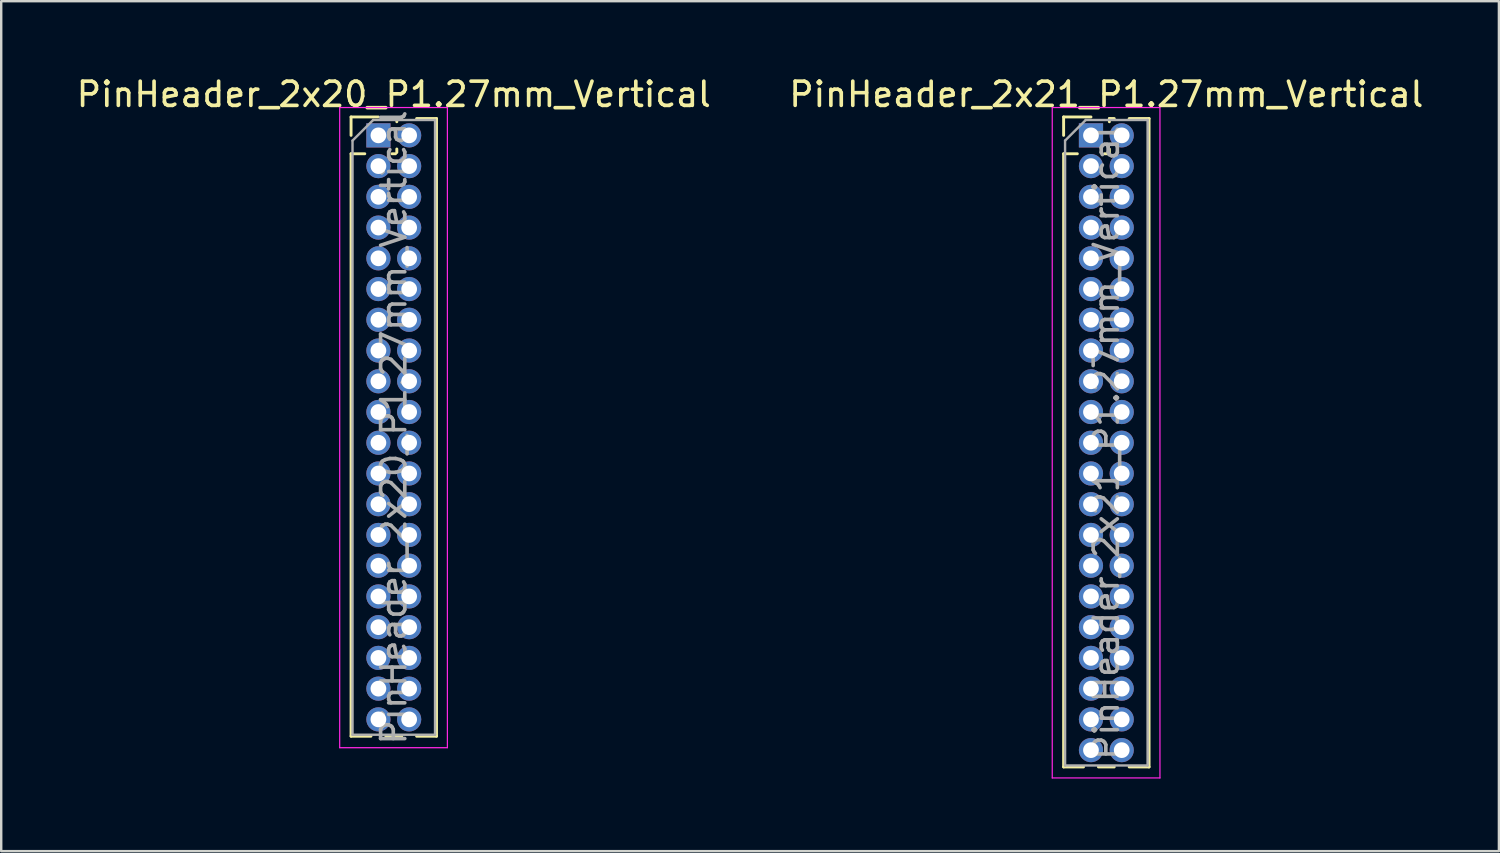
<source format=kicad_pcb>
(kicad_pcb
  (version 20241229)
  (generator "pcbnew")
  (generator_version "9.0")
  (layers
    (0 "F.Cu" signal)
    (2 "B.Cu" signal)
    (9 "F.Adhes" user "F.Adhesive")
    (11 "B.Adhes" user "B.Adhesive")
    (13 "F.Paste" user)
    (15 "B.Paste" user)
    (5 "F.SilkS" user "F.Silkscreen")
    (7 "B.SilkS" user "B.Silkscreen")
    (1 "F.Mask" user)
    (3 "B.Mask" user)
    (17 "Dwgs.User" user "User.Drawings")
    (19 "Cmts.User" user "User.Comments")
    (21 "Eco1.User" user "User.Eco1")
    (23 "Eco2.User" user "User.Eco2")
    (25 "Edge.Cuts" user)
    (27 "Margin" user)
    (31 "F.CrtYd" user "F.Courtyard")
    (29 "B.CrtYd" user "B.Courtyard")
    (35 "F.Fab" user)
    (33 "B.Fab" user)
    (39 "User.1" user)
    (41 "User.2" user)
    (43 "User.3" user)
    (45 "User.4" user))
  (footprint "PinHeader_2x21_P1.27mm_Vertical"
    (layer "F.Cu")
    (at 42.026 2.543)
    (property "Reference" "PinHeader_2x21_P1.27mm_Vertical" (at 0.635 -1.695 0) (layer "F.SilkS") (effects (font (size 1 1) (thickness 0.15))))
    (attr through_hole)
    (fp_line (start -1.13 -0.76) (end 0 -0.76) (stroke (width 0.12) (type solid)) (layer "F.SilkS"))
    (fp_line (start -1.13 0) (end -1.13 -0.76) (stroke (width 0.12) (type solid)) (layer "F.SilkS"))
    (fp_line (start -1.13 0.76) (end -1.13 26.095) (stroke (width 0.12) (type solid)) (layer "F.SilkS"))
    (fp_line (start -1.13 0.76) (end -0.563 0.76) (stroke (width 0.12) (type solid)) (layer "F.SilkS"))
    (fp_line (start -1.13 26.095) (end -0.308 26.095) (stroke (width 0.12) (type solid)) (layer "F.SilkS"))
    (fp_line (start 0.308 26.095) (end 0.962 26.095) (stroke (width 0.12) (type solid)) (layer "F.SilkS"))
    (fp_line (start 0.563 0.76) (end 0.707 0.76) (stroke (width 0.12) (type solid)) (layer "F.SilkS"))
    (fp_line (start 0.76 -0.695) (end 0.962 -0.695) (stroke (width 0.12) (type solid)) (layer "F.SilkS"))
    (fp_line (start 0.76 -0.563) (end 0.76 -0.695) (stroke (width 0.12) (type solid)) (layer "F.SilkS"))
    (fp_line (start 0.76 0.707) (end 0.76 0.563) (stroke (width 0.12) (type solid)) (layer "F.SilkS"))
    (fp_line (start 1.578 -0.695) (end 2.4 -0.695) (stroke (width 0.12) (type solid)) (layer "F.SilkS"))
    (fp_line (start 1.578 26.095) (end 2.4 26.095) (stroke (width 0.12) (type solid)) (layer "F.SilkS"))
    (fp_line (start 2.4 -0.695) (end 2.4 26.095) (stroke (width 0.12) (type solid)) (layer "F.SilkS"))
    (fp_line (start -1.6 -1.15) (end -1.6 26.55) (stroke (width 0.05) (type solid)) (layer "F.CrtYd"))
    (fp_line (start -1.6 26.55) (end 2.85 26.55) (stroke (width 0.05) (type solid)) (layer "F.CrtYd"))
    (fp_line (start 2.85 -1.15) (end -1.6 -1.15) (stroke (width 0.05) (type solid)) (layer "F.CrtYd"))
    (fp_line (start 2.85 26.55) (end 2.85 -1.15) (stroke (width 0.05) (type solid)) (layer "F.CrtYd"))
    (fp_line (start -1.07 0.217) (end -0.217 -0.635) (stroke (width 0.1) (type solid)) (layer "F.Fab"))
    (fp_line (start -1.07 26.035) (end -1.07 0.217) (stroke (width 0.1) (type solid)) (layer "F.Fab"))
    (fp_line (start -0.217 -0.635) (end 2.34 -0.635) (stroke (width 0.1) (type solid)) (layer "F.Fab"))
    (fp_line (start 2.34 -0.635) (end 2.34 26.035) (stroke (width 0.1) (type solid)) (layer "F.Fab"))
    (fp_line (start 2.34 26.035) (end -1.07 26.035) (stroke (width 0.1) (type solid)) (layer "F.Fab"))
    (fp_text user "${REFERENCE}" (at 0.635 12.7 90) (layer "F.Fab") (effects (font (size 1 1) (thickness 0.15))))
    (pad "1" thru_hole rect (at 0 0) (size 1 1) (drill 0.65) (layers "*.Cu" "*.Mask"))
    (pad "2" thru_hole oval (at 1.27 0) (size 1 1) (drill 0.65) (layers "*.Cu" "*.Mask"))
    (pad "3" thru_hole oval (at 0 1.27) (size 1 1) (drill 0.65) (layers "*.Cu" "*.Mask"))
    (pad "4" thru_hole oval (at 1.27 1.27) (size 1 1) (drill 0.65) (layers "*.Cu" "*.Mask"))
    (pad "5" thru_hole oval (at 0 2.54) (size 1 1) (drill 0.65) (layers "*.Cu" "*.Mask"))
    (pad "6" thru_hole oval (at 1.27 2.54) (size 1 1) (drill 0.65) (layers "*.Cu" "*.Mask"))
    (pad "7" thru_hole oval (at 0 3.81) (size 1 1) (drill 0.65) (layers "*.Cu" "*.Mask"))
    (pad "8" thru_hole oval (at 1.27 3.81) (size 1 1) (drill 0.65) (layers "*.Cu" "*.Mask"))
    (pad "9" thru_hole oval (at 0 5.08) (size 1 1) (drill 0.65) (layers "*.Cu" "*.Mask"))
    (pad "10" thru_hole oval (at 1.27 5.08) (size 1 1) (drill 0.65) (layers "*.Cu" "*.Mask"))
    (pad "11" thru_hole oval (at 0 6.35) (size 1 1) (drill 0.65) (layers "*.Cu" "*.Mask"))
    (pad "12" thru_hole oval (at 1.27 6.35) (size 1 1) (drill 0.65) (layers "*.Cu" "*.Mask"))
    (pad "13" thru_hole oval (at 0 7.62) (size 1 1) (drill 0.65) (layers "*.Cu" "*.Mask"))
    (pad "14" thru_hole oval (at 1.27 7.62) (size 1 1) (drill 0.65) (layers "*.Cu" "*.Mask"))
    (pad "15" thru_hole oval (at 0 8.89) (size 1 1) (drill 0.65) (layers "*.Cu" "*.Mask"))
    (pad "16" thru_hole oval (at 1.27 8.89) (size 1 1) (drill 0.65) (layers "*.Cu" "*.Mask"))
    (pad "17" thru_hole oval (at 0 10.16) (size 1 1) (drill 0.65) (layers "*.Cu" "*.Mask"))
    (pad "18" thru_hole oval (at 1.27 10.16) (size 1 1) (drill 0.65) (layers "*.Cu" "*.Mask"))
    (pad "19" thru_hole oval (at 0 11.43) (size 1 1) (drill 0.65) (layers "*.Cu" "*.Mask"))
    (pad "20" thru_hole oval (at 1.27 11.43) (size 1 1) (drill 0.65) (layers "*.Cu" "*.Mask"))
    (pad "21" thru_hole oval (at 0 12.7) (size 1 1) (drill 0.65) (layers "*.Cu" "*.Mask"))
    (pad "22" thru_hole oval (at 1.27 12.7) (size 1 1) (drill 0.65) (layers "*.Cu" "*.Mask"))
    (pad "23" thru_hole oval (at 0 13.97) (size 1 1) (drill 0.65) (layers "*.Cu" "*.Mask"))
    (pad "24" thru_hole oval (at 1.27 13.97) (size 1 1) (drill 0.65) (layers "*.Cu" "*.Mask"))
    (pad "25" thru_hole oval (at 0 15.24) (size 1 1) (drill 0.65) (layers "*.Cu" "*.Mask"))
    (pad "26" thru_hole oval (at 1.27 15.24) (size 1 1) (drill 0.65) (layers "*.Cu" "*.Mask"))
    (pad "27" thru_hole oval (at 0 16.51) (size 1 1) (drill 0.65) (layers "*.Cu" "*.Mask"))
    (pad "28" thru_hole oval (at 1.27 16.51) (size 1 1) (drill 0.65) (layers "*.Cu" "*.Mask"))
    (pad "29" thru_hole oval (at 0 17.78) (size 1 1) (drill 0.65) (layers "*.Cu" "*.Mask"))
    (pad "30" thru_hole oval (at 1.27 17.78) (size 1 1) (drill 0.65) (layers "*.Cu" "*.Mask"))
    (pad "31" thru_hole oval (at 0 19.05) (size 1 1) (drill 0.65) (layers "*.Cu" "*.Mask"))
    (pad "32" thru_hole oval (at 1.27 19.05) (size 1 1) (drill 0.65) (layers "*.Cu" "*.Mask"))
    (pad "33" thru_hole oval (at 0 20.32) (size 1 1) (drill 0.65) (layers "*.Cu" "*.Mask"))
    (pad "34" thru_hole oval (at 1.27 20.32) (size 1 1) (drill 0.65) (layers "*.Cu" "*.Mask"))
    (pad "35" thru_hole oval (at 0 21.59) (size 1 1) (drill 0.65) (layers "*.Cu" "*.Mask"))
    (pad "36" thru_hole oval (at 1.27 21.59) (size 1 1) (drill 0.65) (layers "*.Cu" "*.Mask"))
    (pad "37" thru_hole oval (at 0 22.86) (size 1 1) (drill 0.65) (layers "*.Cu" "*.Mask"))
    (pad "38" thru_hole oval (at 1.27 22.86) (size 1 1) (drill 0.65) (layers "*.Cu" "*.Mask"))
    (pad "39" thru_hole oval (at 0 24.13) (size 1 1) (drill 0.65) (layers "*.Cu" "*.Mask"))
    (pad "40" thru_hole oval (at 1.27 24.13) (size 1 1) (drill 0.65) (layers "*.Cu" "*.Mask"))
    (pad "41" thru_hole oval (at 0 25.4) (size 1 1) (drill 0.65) (layers "*.Cu" "*.Mask"))
    (pad "42" thru_hole oval (at 1.27 25.4) (size 1 1) (drill 0.65) (layers "*.Cu" "*.Mask")))
  (footprint "PinHeader_2x20_P1.27mm_Vertical"
    (layer "F.Cu")
    (at 12.585 2.543)
    (property "Reference" "PinHeader_2x20_P1.27mm_Vertical" (at 0.635 -1.695 0) (layer "F.SilkS") (effects (font (size 1 1) (thickness 0.15))))
    (attr through_hole)
    (fp_line (start -1.13 -0.76) (end 0 -0.76) (stroke (width 0.12) (type solid)) (layer "F.SilkS"))
    (fp_line (start -1.13 0) (end -1.13 -0.76) (stroke (width 0.12) (type solid)) (layer "F.SilkS"))
    (fp_line (start -1.13 0.76) (end -1.13 24.825) (stroke (width 0.12) (type solid)) (layer "F.SilkS"))
    (fp_line (start -1.13 0.76) (end -0.563 0.76) (stroke (width 0.12) (type solid)) (layer "F.SilkS"))
    (fp_line (start -1.13 24.825) (end -0.308 24.825) (stroke (width 0.12) (type solid)) (layer "F.SilkS"))
    (fp_line (start 0.308 24.825) (end 0.962 24.825) (stroke (width 0.12) (type solid)) (layer "F.SilkS"))
    (fp_line (start 0.563 0.76) (end 0.707 0.76) (stroke (width 0.12) (type solid)) (layer "F.SilkS"))
    (fp_line (start 0.76 -0.695) (end 0.962 -0.695) (stroke (width 0.12) (type solid)) (layer "F.SilkS"))
    (fp_line (start 0.76 -0.563) (end 0.76 -0.695) (stroke (width 0.12) (type solid)) (layer "F.SilkS"))
    (fp_line (start 0.76 0.707) (end 0.76 0.563) (stroke (width 0.12) (type solid)) (layer "F.SilkS"))
    (fp_line (start 1.578 -0.695) (end 2.4 -0.695) (stroke (width 0.12) (type solid)) (layer "F.SilkS"))
    (fp_line (start 1.578 24.825) (end 2.4 24.825) (stroke (width 0.12) (type solid)) (layer "F.SilkS"))
    (fp_line (start 2.4 -0.695) (end 2.4 24.825) (stroke (width 0.12) (type solid)) (layer "F.SilkS"))
    (fp_line (start -1.6 -1.15) (end -1.6 25.3) (stroke (width 0.05) (type solid)) (layer "F.CrtYd"))
    (fp_line (start -1.6 25.3) (end 2.85 25.3) (stroke (width 0.05) (type solid)) (layer "F.CrtYd"))
    (fp_line (start 2.85 -1.15) (end -1.6 -1.15) (stroke (width 0.05) (type solid)) (layer "F.CrtYd"))
    (fp_line (start 2.85 25.3) (end 2.85 -1.15) (stroke (width 0.05) (type solid)) (layer "F.CrtYd"))
    (fp_line (start -1.07 0.217) (end -0.217 -0.635) (stroke (width 0.1) (type solid)) (layer "F.Fab"))
    (fp_line (start -1.07 24.765) (end -1.07 0.217) (stroke (width 0.1) (type solid)) (layer "F.Fab"))
    (fp_line (start -0.217 -0.635) (end 2.34 -0.635) (stroke (width 0.1) (type solid)) (layer "F.Fab"))
    (fp_line (start 2.34 -0.635) (end 2.34 24.765) (stroke (width 0.1) (type solid)) (layer "F.Fab"))
    (fp_line (start 2.34 24.765) (end -1.07 24.765) (stroke (width 0.1) (type solid)) (layer "F.Fab"))
    (fp_text user "${REFERENCE}" (at 0.635 12.065 90) (layer "F.Fab") (effects (font (size 1 1) (thickness 0.15))))
    (pad "1" thru_hole rect (at 0 0) (size 1 1) (drill 0.65) (layers "*.Cu" "*.Mask"))
    (pad "2" thru_hole oval (at 1.27 0) (size 1 1) (drill 0.65) (layers "*.Cu" "*.Mask"))
    (pad "3" thru_hole oval (at 0 1.27) (size 1 1) (drill 0.65) (layers "*.Cu" "*.Mask"))
    (pad "4" thru_hole oval (at 1.27 1.27) (size 1 1) (drill 0.65) (layers "*.Cu" "*.Mask"))
    (pad "5" thru_hole oval (at 0 2.54) (size 1 1) (drill 0.65) (layers "*.Cu" "*.Mask"))
    (pad "6" thru_hole oval (at 1.27 2.54) (size 1 1) (drill 0.65) (layers "*.Cu" "*.Mask"))
    (pad "7" thru_hole oval (at 0 3.81) (size 1 1) (drill 0.65) (layers "*.Cu" "*.Mask"))
    (pad "8" thru_hole oval (at 1.27 3.81) (size 1 1) (drill 0.65) (layers "*.Cu" "*.Mask"))
    (pad "9" thru_hole oval (at 0 5.08) (size 1 1) (drill 0.65) (layers "*.Cu" "*.Mask"))
    (pad "10" thru_hole oval (at 1.27 5.08) (size 1 1) (drill 0.65) (layers "*.Cu" "*.Mask"))
    (pad "11" thru_hole oval (at 0 6.35) (size 1 1) (drill 0.65) (layers "*.Cu" "*.Mask"))
    (pad "12" thru_hole oval (at 1.27 6.35) (size 1 1) (drill 0.65) (layers "*.Cu" "*.Mask"))
    (pad "13" thru_hole oval (at 0 7.62) (size 1 1) (drill 0.65) (layers "*.Cu" "*.Mask"))
    (pad "14" thru_hole oval (at 1.27 7.62) (size 1 1) (drill 0.65) (layers "*.Cu" "*.Mask"))
    (pad "15" thru_hole oval (at 0 8.89) (size 1 1) (drill 0.65) (layers "*.Cu" "*.Mask"))
    (pad "16" thru_hole oval (at 1.27 8.89) (size 1 1) (drill 0.65) (layers "*.Cu" "*.Mask"))
    (pad "17" thru_hole oval (at 0 10.16) (size 1 1) (drill 0.65) (layers "*.Cu" "*.Mask"))
    (pad "18" thru_hole oval (at 1.27 10.16) (size 1 1) (drill 0.65) (layers "*.Cu" "*.Mask"))
    (pad "19" thru_hole oval (at 0 11.43) (size 1 1) (drill 0.65) (layers "*.Cu" "*.Mask"))
    (pad "20" thru_hole oval (at 1.27 11.43) (size 1 1) (drill 0.65) (layers "*.Cu" "*.Mask"))
    (pad "21" thru_hole oval (at 0 12.7) (size 1 1) (drill 0.65) (layers "*.Cu" "*.Mask"))
    (pad "22" thru_hole oval (at 1.27 12.7) (size 1 1) (drill 0.65) (layers "*.Cu" "*.Mask"))
    (pad "23" thru_hole oval (at 0 13.97) (size 1 1) (drill 0.65) (layers "*.Cu" "*.Mask"))
    (pad "24" thru_hole oval (at 1.27 13.97) (size 1 1) (drill 0.65) (layers "*.Cu" "*.Mask"))
    (pad "25" thru_hole oval (at 0 15.24) (size 1 1) (drill 0.65) (layers "*.Cu" "*.Mask"))
    (pad "26" thru_hole oval (at 1.27 15.24) (size 1 1) (drill 0.65) (layers "*.Cu" "*.Mask"))
    (pad "27" thru_hole oval (at 0 16.51) (size 1 1) (drill 0.65) (layers "*.Cu" "*.Mask"))
    (pad "28" thru_hole oval (at 1.27 16.51) (size 1 1) (drill 0.65) (layers "*.Cu" "*.Mask"))
    (pad "29" thru_hole oval (at 0 17.78) (size 1 1) (drill 0.65) (layers "*.Cu" "*.Mask"))
    (pad "30" thru_hole oval (at 1.27 17.78) (size 1 1) (drill 0.65) (layers "*.Cu" "*.Mask"))
    (pad "31" thru_hole oval (at 0 19.05) (size 1 1) (drill 0.65) (layers "*.Cu" "*.Mask"))
    (pad "32" thru_hole oval (at 1.27 19.05) (size 1 1) (drill 0.65) (layers "*.Cu" "*.Mask"))
    (pad "33" thru_hole oval (at 0 20.32) (size 1 1) (drill 0.65) (layers "*.Cu" "*.Mask"))
    (pad "34" thru_hole oval (at 1.27 20.32) (size 1 1) (drill 0.65) (layers "*.Cu" "*.Mask"))
    (pad "35" thru_hole oval (at 0 21.59) (size 1 1) (drill 0.65) (layers "*.Cu" "*.Mask"))
    (pad "36" thru_hole oval (at 1.27 21.59) (size 1 1) (drill 0.65) (layers "*.Cu" "*.Mask"))
    (pad "37" thru_hole oval (at 0 22.86) (size 1 1) (drill 0.65) (layers "*.Cu" "*.Mask"))
    (pad "38" thru_hole oval (at 1.27 22.86) (size 1 1) (drill 0.65) (layers "*.Cu" "*.Mask"))
    (pad "39" thru_hole oval (at 0 24.13) (size 1 1) (drill 0.65) (layers "*.Cu" "*.Mask"))
    (pad "40" thru_hole oval (at 1.27 24.13) (size 1 1) (drill 0.65) (layers "*.Cu" "*.Mask")))
  (gr_rect
    (start -3 -3)
    (end 58.881 32.118)
    (stroke (width 0.1) (type default))
    (fill no)
    (layer "Edge.Cuts")))
</source>
